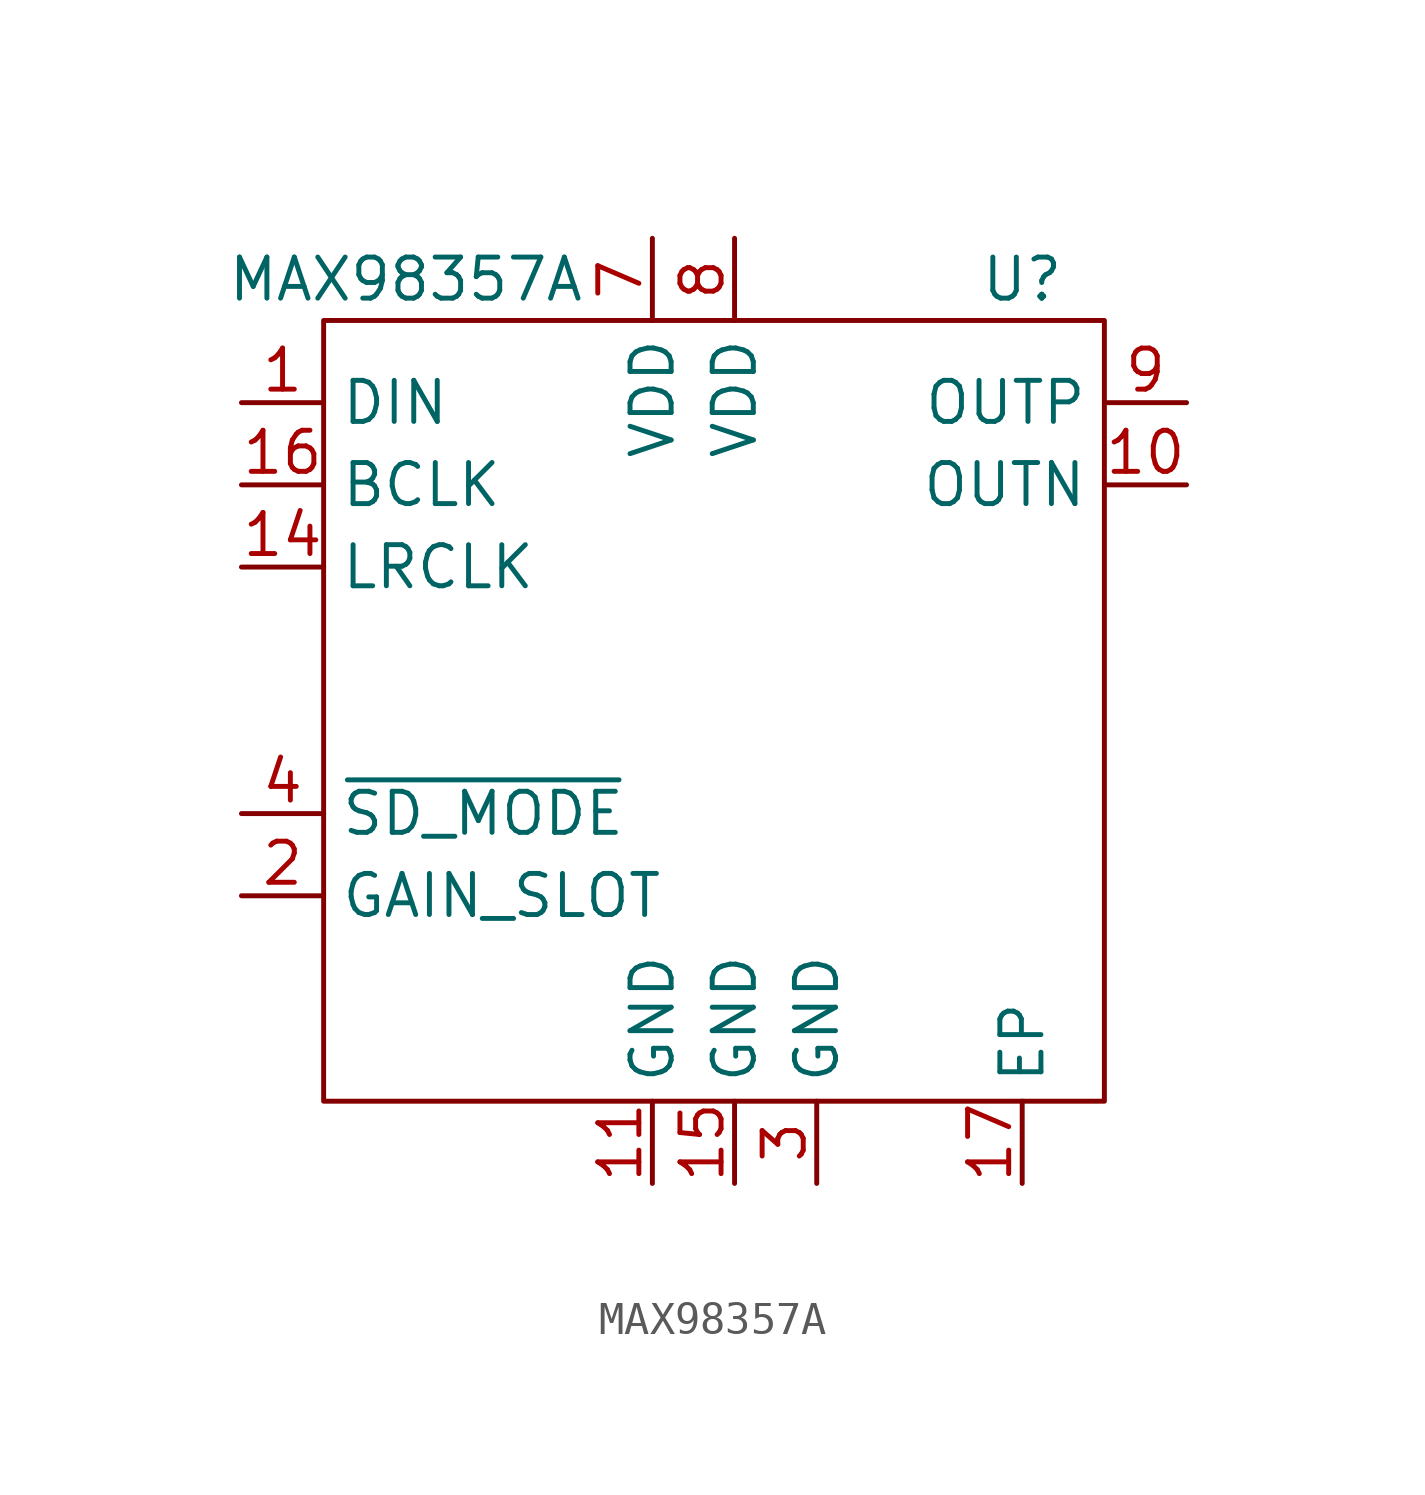
<source format=kicad_sym>
(kicad_symbol_lib
  (version 20211014)
  (generator kicad_symbol_editor)
  (symbol "MAX98357A"
    (property "Reference" "U"
      (at 10.16 13.97 0)
      (effects (font (size 1.27 1.27))))
    (property "Value" "MAX98357A"
      (at -8.89 13.97 0)
      (effects (font (size 1.27 1.27))))
    (symbol "MAX98357A_0_1"
      (rectangle (start -11.43 12.7) (end 12.7 -11.43) (stroke (width 0) (type default) (color 0 0 0 0)) (fill (type none))))
    (symbol "MAX98357A_1_1"
      (pin input line (at -13.97 10.16 0) (length 2.54) (name "DIN" (effects (font (size 1.27 1.27)))) (number "1" (effects (font (size 1.27 1.27)))))
      (pin output line (at 15.24 7.62 180) (length 2.54) (name "OUTN" (effects (font (size 1.27 1.27)))) (number "10" (effects (font (size 1.27 1.27)))))
      (pin power_in line (at -1.27 -13.97 90) (length 2.54) (name "GND" (effects (font (size 1.27 1.27)))) (number "11" (effects (font (size 1.27 1.27)))))
      (pin no_connect line (at 15.24 -7.62 180) (length 2.54) hide (name "" (effects (font (size 1.27 1.27)))) (number "12" (effects (font (size 1.27 1.27)))))
      (pin no_connect line (at 15.24 -10.16 180) (length 2.54) hide (name "" (effects (font (size 1.27 1.27)))) (number "13" (effects (font (size 1.27 1.27)))))
      (pin input line (at -13.97 5.08 0) (length 2.54) (name "LRCLK" (effects (font (size 1.27 1.27)))) (number "14" (effects (font (size 1.27 1.27)))))
      (pin power_in line (at 1.27 -13.97 90) (length 2.54) (name "GND" (effects (font (size 1.27 1.27)))) (number "15" (effects (font (size 1.27 1.27)))))
      (pin input line (at -13.97 7.62 0) (length 2.54) (name "BCLK" (effects (font (size 1.27 1.27)))) (number "16" (effects (font (size 1.27 1.27)))))
      (pin power_in line (at 10.16 -13.97 90) (length 2.54) (name "EP" (effects (font (size 1.27 1.27)))) (number "17" (effects (font (size 1.27 1.27)))))
      (pin passive line (at -13.97 -5.08 0) (length 2.54) (name "GAIN_SLOT" (effects (font (size 1.27 1.27)))) (number "2" (effects (font (size 1.27 1.27)))))
      (pin power_in line (at 3.81 -13.97 90) (length 2.54) (name "GND" (effects (font (size 1.27 1.27)))) (number "3" (effects (font (size 1.27 1.27)))))
      (pin input line (at -13.97 -2.54 0) (length 2.54) (name "~{SD_MODE}" (effects (font (size 1.27 1.27)))) (number "4" (effects (font (size 1.27 1.27)))))
      (pin no_connect line (at 15.24 -2.54 180) (length 2.54) hide (name "" (effects (font (size 1.27 1.27)))) (number "5" (effects (font (size 1.27 1.27)))))
      (pin no_connect line (at 15.24 -5.08 180) (length 2.54) hide (name "" (effects (font (size 1.27 1.27)))) (number "6" (effects (font (size 1.27 1.27)))))
      (pin power_in line (at -1.27 15.24 270) (length 2.54) (name "VDD" (effects (font (size 1.27 1.27)))) (number "7" (effects (font (size 1.27 1.27)))))
      (pin power_in line (at 1.27 15.24 270) (length 2.54) (name "VDD" (effects (font (size 1.27 1.27)))) (number "8" (effects (font (size 1.27 1.27)))))
      (pin output line (at 15.24 10.16 180) (length 2.54) (name "OUTP" (effects (font (size 1.27 1.27)))) (number "9" (effects (font (size 1.27 1.27))))))))
</source>
